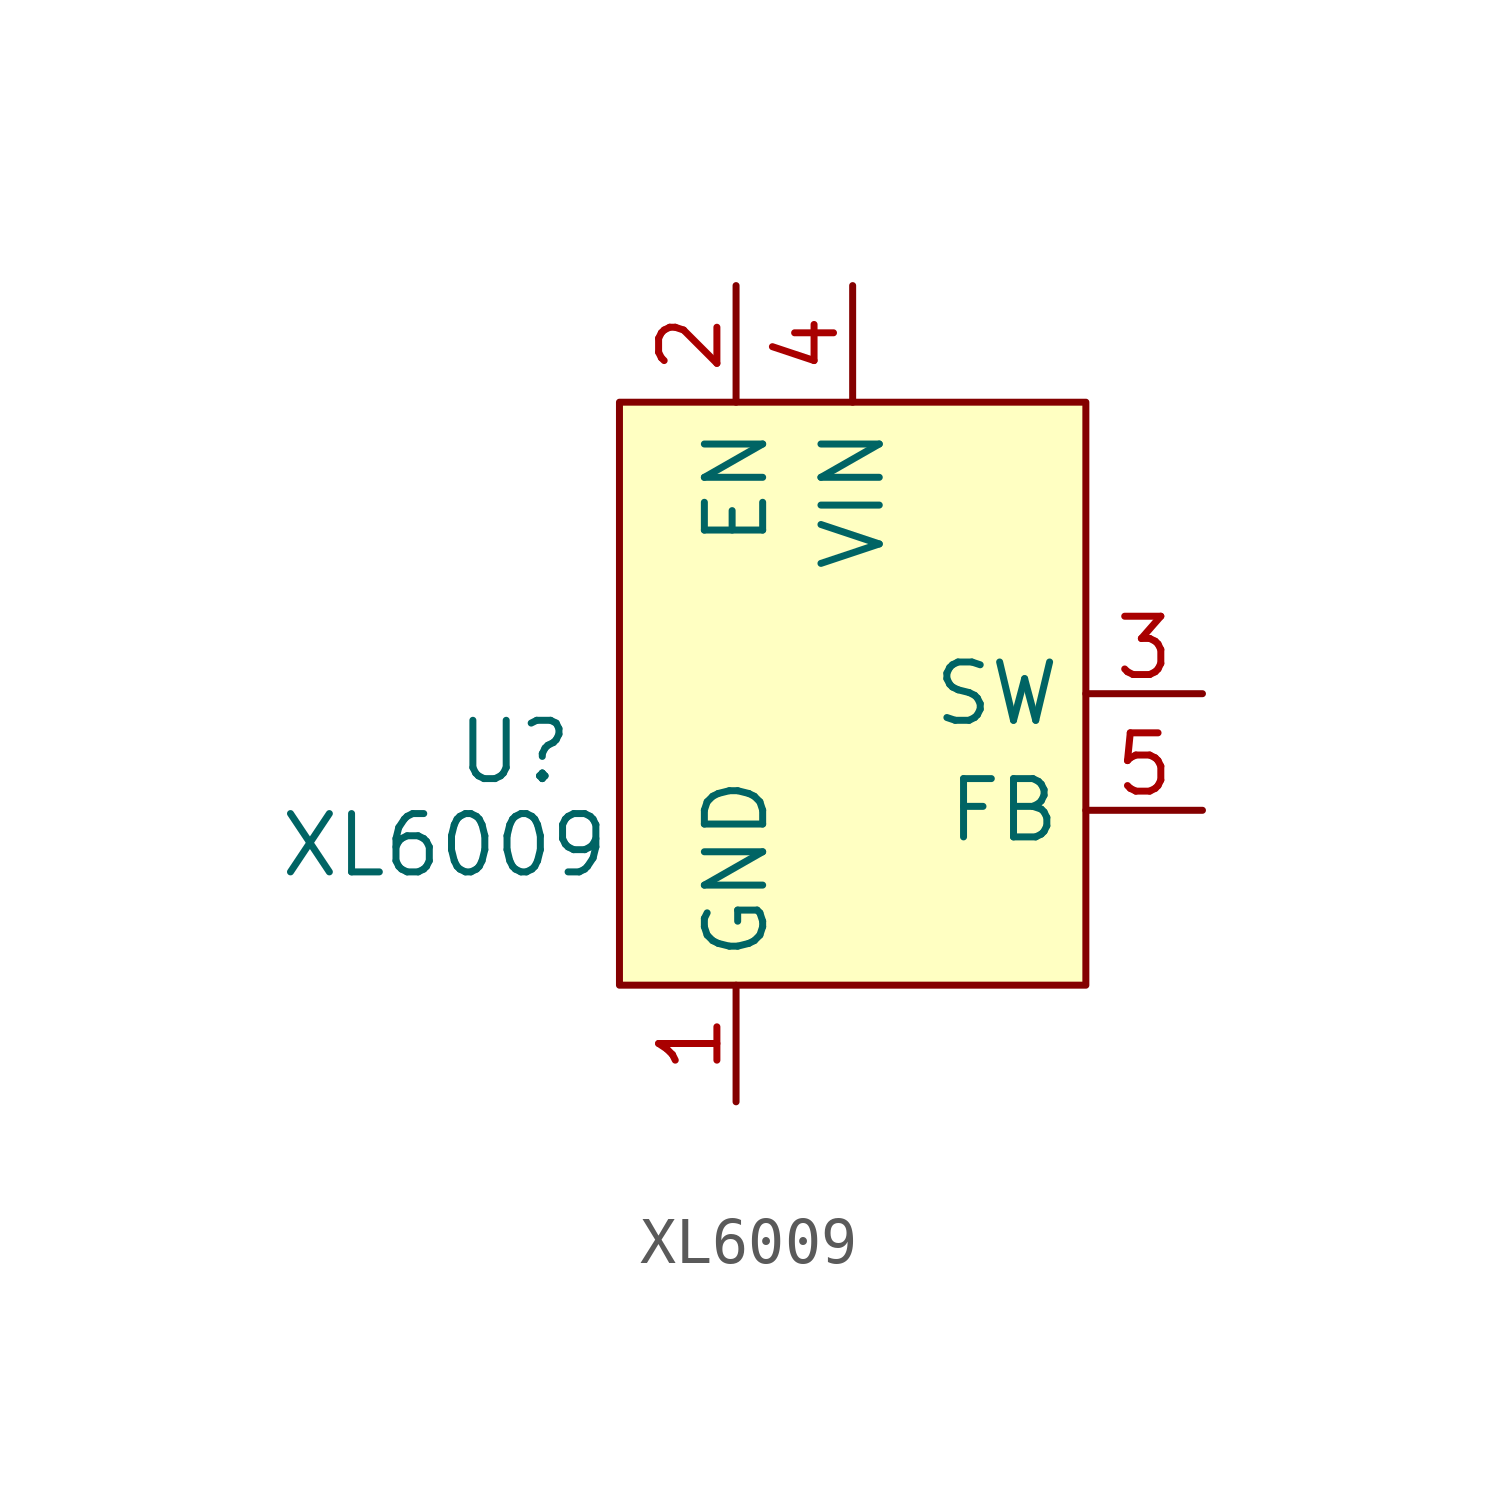
<source format=kicad_sym>
(kicad_symbol_lib
  (version 20241209)
  (generator "kicad_symbol_editor")
  (generator_version "9.0")
  (symbol "XL6009"
    (property "Reference" "U"
      (at -2.286 5.08 0)
      (effects (font (size 1.27 1.27))))
    (property "Value" "XL6009"
      (at -3.81 3.048 0)
      (effects (font (size 1.27 1.27))))
    (symbol "XL6009_1_1"
      (rectangle (start 0 12.7) (end 10.16 0) (stroke (width 0) (type solid)) (fill (type background)))
      (pin input line (at 2.54 15.24 270) (length 2.54) (name "EN" (effects (font (size 1.27 1.27)))) (number "2" (effects (font (size 1.27 1.27)))))
      (pin power_in line (at 2.54 -2.54 90) (length 2.54) (name "GND" (effects (font (size 1.27 1.27)))) (number "1" (effects (font (size 1.27 1.27)))))
      (pin power_in line (at 5.08 15.24 270) (length 2.54) (name "VIN" (effects (font (size 1.27 1.27)))) (number "4" (effects (font (size 1.27 1.27)))))
      (pin output line (at 12.7 6.35 180) (length 2.54) (name "SW" (effects (font (size 1.27 1.27)))) (number "3" (effects (font (size 1.27 1.27)))))
      (pin input line (at 12.7 3.81 180) (length 2.54) (name "FB" (effects (font (size 1.27 1.27)))) (number "5" (effects (font (size 1.27 1.27))))))))
</source>
